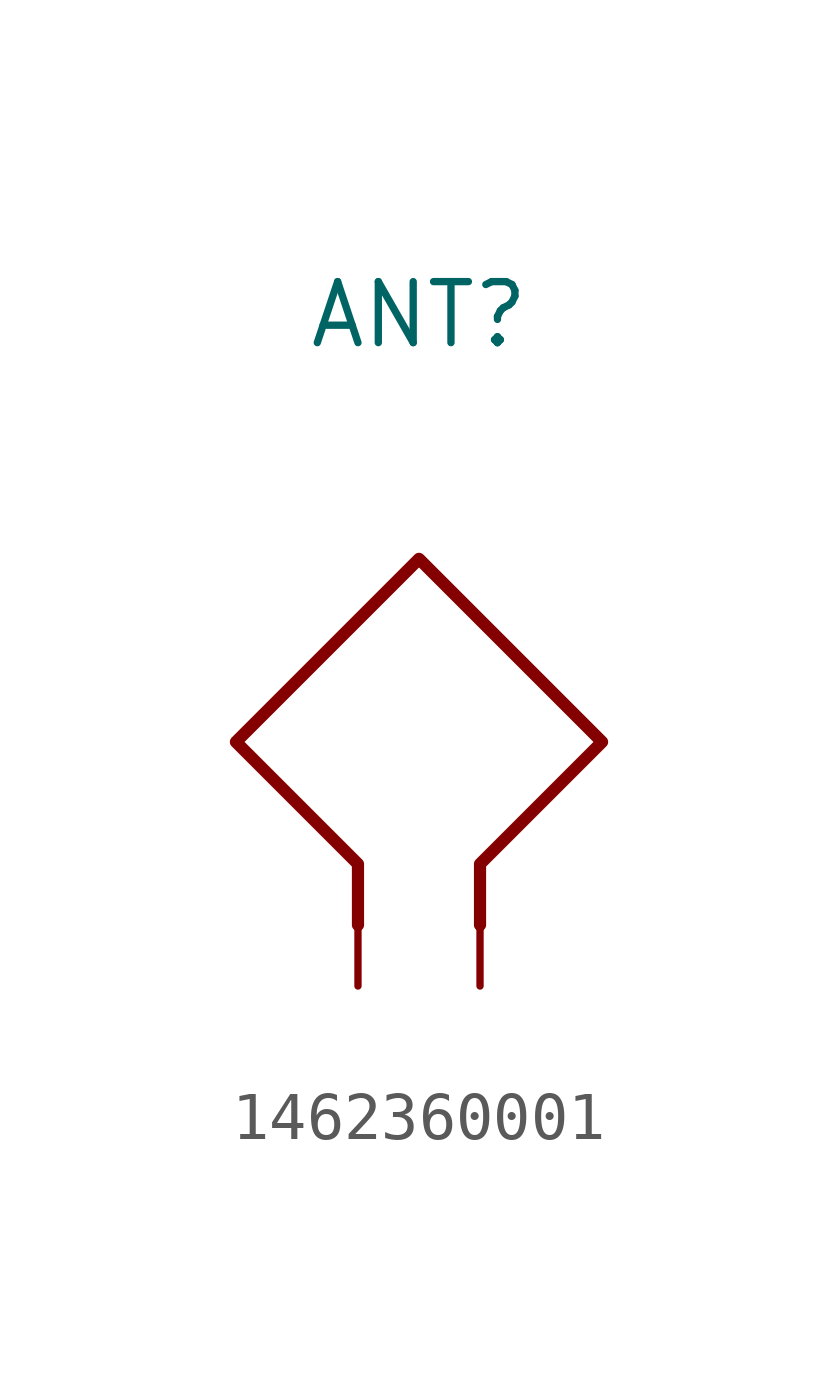
<source format=kicad_sym>
(kicad_symbol_lib
  (version 20231120)
  (generator "kicad_symbol_editor")
  (generator_version "8.0")
  (symbol "1462360001"
    (pin_numbers hide)
    (pin_names
      (offset 0) hide)
    (property "Reference" "ANT"
      (at 0 10.16 0)
      (effects (font (size 1.27 1.27))))
    (symbol "1462360001_0_1"
      (polyline (pts (xy 1.27 -2.54) (xy 1.27 -1.27) (xy 3.81 1.27) (xy 0 5.08) (xy -3.81 1.27) (xy -1.27 -1.27) (xy -1.27 -2.54)) (stroke (width 0.254) (type default)) (fill (type none))))
    (symbol "1462360001_1_1"
      (pin input line (at -1.27 -3.81 90) (length 2.54) (name "~" (effects (font (size 1.27 1.27)))) (number "1" (effects (font (size 1.27 1.27)))))
      (pin input line (at 1.27 -3.81 90) (length 2.54) (name "~" (effects (font (size 1.27 1.27)))) (number "2" (effects (font (size 1.27 1.27))))))))
</source>
